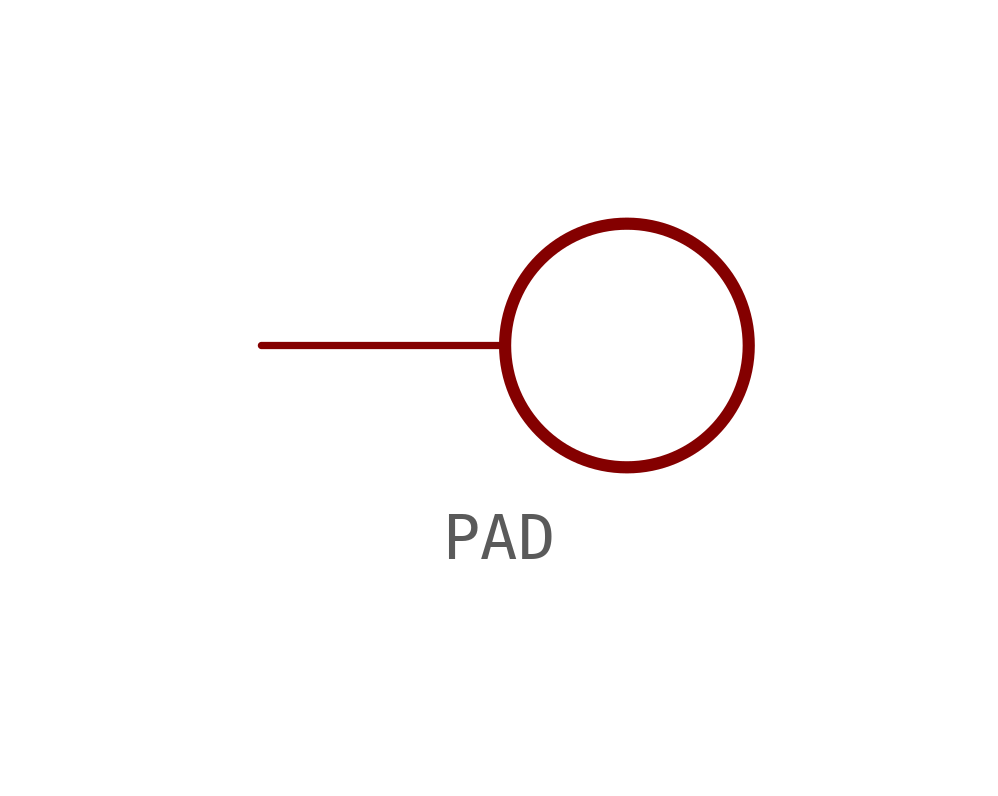
<source format=kicad_sym>
(kicad_symbol_lib
  (version 20231120)
  (generator "kicad_symbol_editor")
  (generator_version "8.0")
  (symbol "PAD"
    (property "Reference" ""
      (at -7.62 5.08 0)
      (effects (font (size 1.676 1.425)) (justify left bottom) (hide yes)))
    (property "ki_locked" ""
      (at 0 0 0)
      (effects (font (size 1.27 1.27))))
    (symbol "PAD_1_0"
      (circle (center 0 0) (radius 2.54) (stroke (width 0.254) (type solid)) (fill (type none)))
      (pin bidirectional line (at -7.62 0 0) (length 5.08) (name "P$1" (effects (font (size 0 0)))) (number "1" (effects (font (size 0 0))))))))
</source>
